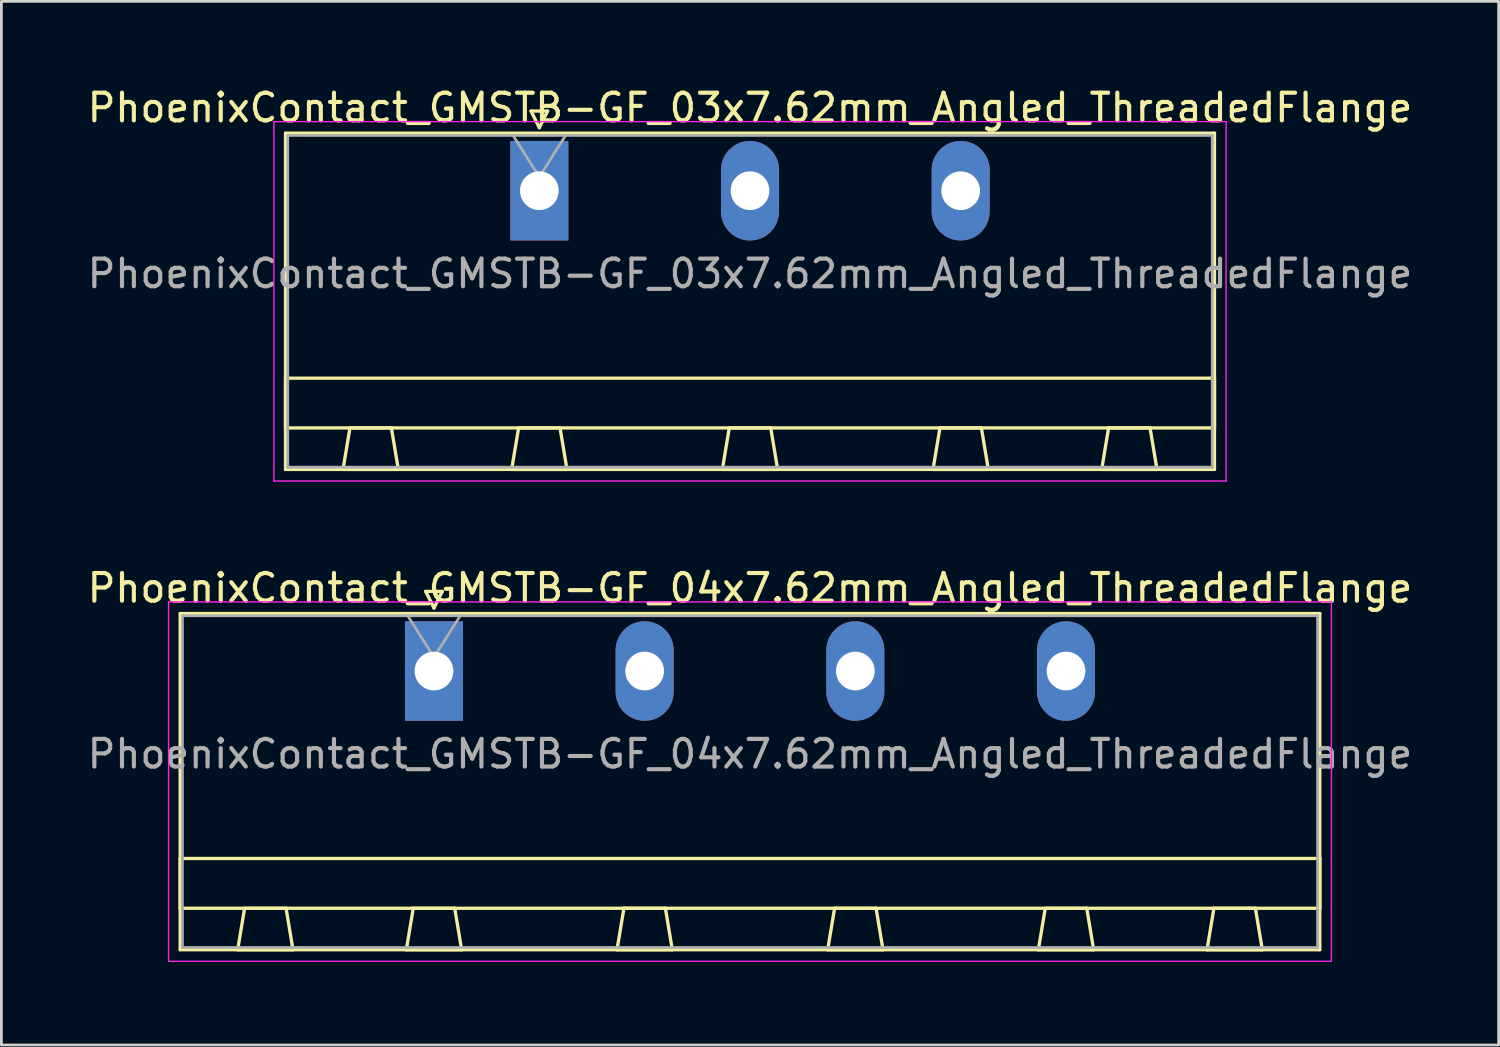
<source format=kicad_pcb>
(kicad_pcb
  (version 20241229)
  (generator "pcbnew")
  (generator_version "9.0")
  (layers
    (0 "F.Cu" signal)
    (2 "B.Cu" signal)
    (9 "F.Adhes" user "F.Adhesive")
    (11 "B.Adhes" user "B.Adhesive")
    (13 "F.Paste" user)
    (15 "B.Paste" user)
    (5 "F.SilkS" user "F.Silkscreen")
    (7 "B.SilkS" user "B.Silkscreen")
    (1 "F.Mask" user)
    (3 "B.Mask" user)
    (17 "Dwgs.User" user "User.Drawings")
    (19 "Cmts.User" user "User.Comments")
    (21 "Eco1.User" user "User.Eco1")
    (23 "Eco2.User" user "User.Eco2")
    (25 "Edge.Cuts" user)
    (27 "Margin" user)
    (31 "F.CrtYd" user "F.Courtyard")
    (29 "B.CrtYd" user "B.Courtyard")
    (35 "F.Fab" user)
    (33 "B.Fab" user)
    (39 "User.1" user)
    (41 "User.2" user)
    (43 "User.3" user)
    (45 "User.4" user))
  (footprint "PhoenixContact_GMSTB-GF_04x7.62mm_Angled_ThreadedFlange"
    (layer "F.Cu")
    (at 12.647 21.221)
    (property "Reference" "PhoenixContact_GMSTB-GF_04x7.62mm_Angled_ThreadedFlange" (at 11.43 -3 0) (layer "F.SilkS") (effects (font (size 1 1) (thickness 0.15))))
    (attr through_hole)
    (fp_line (start -9.18 -2.08) (end -9.18 10.08) (stroke (width 0.12) (type solid)) (layer "F.SilkS"))
    (fp_line (start -9.18 6.78) (end 32.04 6.78) (stroke (width 0.12) (type solid)) (layer "F.SilkS"))
    (fp_line (start -9.18 8.58) (end -9.18 6.78) (stroke (width 0.12) (type solid)) (layer "F.SilkS"))
    (fp_line (start -9.18 10.08) (end 32.04 10.08) (stroke (width 0.12) (type solid)) (layer "F.SilkS"))
    (fp_line (start -7.1 10.08) (end -5.1 10.08) (stroke (width 0.12) (type solid)) (layer "F.SilkS"))
    (fp_line (start -6.85 8.58) (end -7.1 10.08) (stroke (width 0.12) (type solid)) (layer "F.SilkS"))
    (fp_line (start -5.35 8.58) (end -6.85 8.58) (stroke (width 0.12) (type solid)) (layer "F.SilkS"))
    (fp_line (start -5.1 10.08) (end -5.35 8.58) (stroke (width 0.12) (type solid)) (layer "F.SilkS"))
    (fp_line (start -1 10.08) (end 1 10.08) (stroke (width 0.12) (type solid)) (layer "F.SilkS"))
    (fp_line (start -0.75 8.58) (end -1 10.08) (stroke (width 0.12) (type solid)) (layer "F.SilkS"))
    (fp_line (start -0.3 -2.88) (end 0.3 -2.88) (stroke (width 0.12) (type solid)) (layer "F.SilkS"))
    (fp_line (start 0 -2.28) (end -0.3 -2.88) (stroke (width 0.12) (type solid)) (layer "F.SilkS"))
    (fp_line (start 0.3 -2.88) (end 0 -2.28) (stroke (width 0.12) (type solid)) (layer "F.SilkS"))
    (fp_line (start 0.75 8.58) (end -0.75 8.58) (stroke (width 0.12) (type solid)) (layer "F.SilkS"))
    (fp_line (start 1 10.08) (end 0.75 8.58) (stroke (width 0.12) (type solid)) (layer "F.SilkS"))
    (fp_line (start 6.62 10.08) (end 8.62 10.08) (stroke (width 0.12) (type solid)) (layer "F.SilkS"))
    (fp_line (start 6.87 8.58) (end 6.62 10.08) (stroke (width 0.12) (type solid)) (layer "F.SilkS"))
    (fp_line (start 8.37 8.58) (end 6.87 8.58) (stroke (width 0.12) (type solid)) (layer "F.SilkS"))
    (fp_line (start 8.62 10.08) (end 8.37 8.58) (stroke (width 0.12) (type solid)) (layer "F.SilkS"))
    (fp_line (start 14.24 10.08) (end 16.24 10.08) (stroke (width 0.12) (type solid)) (layer "F.SilkS"))
    (fp_line (start 14.49 8.58) (end 14.24 10.08) (stroke (width 0.12) (type solid)) (layer "F.SilkS"))
    (fp_line (start 15.99 8.58) (end 14.49 8.58) (stroke (width 0.12) (type solid)) (layer "F.SilkS"))
    (fp_line (start 16.24 10.08) (end 15.99 8.58) (stroke (width 0.12) (type solid)) (layer "F.SilkS"))
    (fp_line (start 21.86 10.08) (end 23.86 10.08) (stroke (width 0.12) (type solid)) (layer "F.SilkS"))
    (fp_line (start 22.11 8.58) (end 21.86 10.08) (stroke (width 0.12) (type solid)) (layer "F.SilkS"))
    (fp_line (start 23.61 8.58) (end 22.11 8.58) (stroke (width 0.12) (type solid)) (layer "F.SilkS"))
    (fp_line (start 23.86 10.08) (end 23.61 8.58) (stroke (width 0.12) (type solid)) (layer "F.SilkS"))
    (fp_line (start 27.96 10.08) (end 29.96 10.08) (stroke (width 0.12) (type solid)) (layer "F.SilkS"))
    (fp_line (start 28.21 8.58) (end 27.96 10.08) (stroke (width 0.12) (type solid)) (layer "F.SilkS"))
    (fp_line (start 29.71 8.58) (end 28.21 8.58) (stroke (width 0.12) (type solid)) (layer "F.SilkS"))
    (fp_line (start 29.96 10.08) (end 29.71 8.58) (stroke (width 0.12) (type solid)) (layer "F.SilkS"))
    (fp_line (start 32.04 -2.08) (end -9.18 -2.08) (stroke (width 0.12) (type solid)) (layer "F.SilkS"))
    (fp_line (start 32.04 6.78) (end 32.04 8.58) (stroke (width 0.12) (type solid)) (layer "F.SilkS"))
    (fp_line (start 32.04 8.58) (end -9.18 8.58) (stroke (width 0.12) (type solid)) (layer "F.SilkS"))
    (fp_line (start 32.04 10.08) (end 32.04 -2.08) (stroke (width 0.12) (type solid)) (layer "F.SilkS"))
    (fp_line (start -9.6 -2.5) (end -9.6 10.5) (stroke (width 0.05) (type solid)) (layer "F.CrtYd"))
    (fp_line (start -9.6 10.5) (end 32.46 10.5) (stroke (width 0.05) (type solid)) (layer "F.CrtYd"))
    (fp_line (start 32.46 -2.5) (end -9.6 -2.5) (stroke (width 0.05) (type solid)) (layer "F.CrtYd"))
    (fp_line (start 32.46 10.5) (end 32.46 -2.5) (stroke (width 0.05) (type solid)) (layer "F.CrtYd"))
    (fp_line (start -9.1 -2) (end -9.1 10) (stroke (width 0.1) (type solid)) (layer "F.Fab"))
    (fp_line (start -9.1 10) (end 31.96 10) (stroke (width 0.1) (type solid)) (layer "F.Fab"))
    (fp_line (start 0 -0.5) (end -0.95 -2) (stroke (width 0.1) (type solid)) (layer "F.Fab"))
    (fp_line (start 0.95 -2) (end 0 -0.5) (stroke (width 0.1) (type solid)) (layer "F.Fab"))
    (fp_line (start 31.96 -2) (end -9.1 -2) (stroke (width 0.1) (type solid)) (layer "F.Fab"))
    (fp_line (start 31.96 10) (end 31.96 -2) (stroke (width 0.1) (type solid)) (layer "F.Fab"))
    (fp_text user "${REFERENCE}" (at 11.43 3 0) (layer "F.Fab") (effects (font (size 1 1) (thickness 0.15))))
    (pad "1" thru_hole rect (at 0 0) (size 2.1 3.6) (drill 1.4) (layers "*.Cu" "*.Mask"))
    (pad "2" thru_hole oval (at 7.62 0) (size 2.1 3.6) (drill 1.4) (layers "*.Cu" "*.Mask"))
    (pad "3" thru_hole oval (at 15.24 0) (size 2.1 3.6) (drill 1.4) (layers "*.Cu" "*.Mask"))
    (pad "4" thru_hole oval (at 22.86 0) (size 2.1 3.6) (drill 1.4) (layers "*.Cu" "*.Mask")))
  (footprint "PhoenixContact_GMSTB-GF_03x7.62mm_Angled_ThreadedFlange"
    (layer "F.Cu")
    (at 16.457 3.848)
    (property "Reference" "PhoenixContact_GMSTB-GF_03x7.62mm_Angled_ThreadedFlange" (at 7.62 -3 0) (layer "F.SilkS") (effects (font (size 1 1) (thickness 0.15))))
    (attr through_hole)
    (fp_line (start -9.18 -2.08) (end -9.18 10.08) (stroke (width 0.12) (type solid)) (layer "F.SilkS"))
    (fp_line (start -9.18 6.78) (end 24.42 6.78) (stroke (width 0.12) (type solid)) (layer "F.SilkS"))
    (fp_line (start -9.18 8.58) (end -9.18 6.78) (stroke (width 0.12) (type solid)) (layer "F.SilkS"))
    (fp_line (start -9.18 10.08) (end 24.42 10.08) (stroke (width 0.12) (type solid)) (layer "F.SilkS"))
    (fp_line (start -7.1 10.08) (end -5.1 10.08) (stroke (width 0.12) (type solid)) (layer "F.SilkS"))
    (fp_line (start -6.85 8.58) (end -7.1 10.08) (stroke (width 0.12) (type solid)) (layer "F.SilkS"))
    (fp_line (start -5.35 8.58) (end -6.85 8.58) (stroke (width 0.12) (type solid)) (layer "F.SilkS"))
    (fp_line (start -5.1 10.08) (end -5.35 8.58) (stroke (width 0.12) (type solid)) (layer "F.SilkS"))
    (fp_line (start -1 10.08) (end 1 10.08) (stroke (width 0.12) (type solid)) (layer "F.SilkS"))
    (fp_line (start -0.75 8.58) (end -1 10.08) (stroke (width 0.12) (type solid)) (layer "F.SilkS"))
    (fp_line (start -0.3 -2.88) (end 0.3 -2.88) (stroke (width 0.12) (type solid)) (layer "F.SilkS"))
    (fp_line (start 0 -2.28) (end -0.3 -2.88) (stroke (width 0.12) (type solid)) (layer "F.SilkS"))
    (fp_line (start 0.3 -2.88) (end 0 -2.28) (stroke (width 0.12) (type solid)) (layer "F.SilkS"))
    (fp_line (start 0.75 8.58) (end -0.75 8.58) (stroke (width 0.12) (type solid)) (layer "F.SilkS"))
    (fp_line (start 1 10.08) (end 0.75 8.58) (stroke (width 0.12) (type solid)) (layer "F.SilkS"))
    (fp_line (start 6.62 10.08) (end 8.62 10.08) (stroke (width 0.12) (type solid)) (layer "F.SilkS"))
    (fp_line (start 6.87 8.58) (end 6.62 10.08) (stroke (width 0.12) (type solid)) (layer "F.SilkS"))
    (fp_line (start 8.37 8.58) (end 6.87 8.58) (stroke (width 0.12) (type solid)) (layer "F.SilkS"))
    (fp_line (start 8.62 10.08) (end 8.37 8.58) (stroke (width 0.12) (type solid)) (layer "F.SilkS"))
    (fp_line (start 14.24 10.08) (end 16.24 10.08) (stroke (width 0.12) (type solid)) (layer "F.SilkS"))
    (fp_line (start 14.49 8.58) (end 14.24 10.08) (stroke (width 0.12) (type solid)) (layer "F.SilkS"))
    (fp_line (start 15.99 8.58) (end 14.49 8.58) (stroke (width 0.12) (type solid)) (layer "F.SilkS"))
    (fp_line (start 16.24 10.08) (end 15.99 8.58) (stroke (width 0.12) (type solid)) (layer "F.SilkS"))
    (fp_line (start 20.34 10.08) (end 22.34 10.08) (stroke (width 0.12) (type solid)) (layer "F.SilkS"))
    (fp_line (start 20.59 8.58) (end 20.34 10.08) (stroke (width 0.12) (type solid)) (layer "F.SilkS"))
    (fp_line (start 22.09 8.58) (end 20.59 8.58) (stroke (width 0.12) (type solid)) (layer "F.SilkS"))
    (fp_line (start 22.34 10.08) (end 22.09 8.58) (stroke (width 0.12) (type solid)) (layer "F.SilkS"))
    (fp_line (start 24.42 -2.08) (end -9.18 -2.08) (stroke (width 0.12) (type solid)) (layer "F.SilkS"))
    (fp_line (start 24.42 6.78) (end 24.42 8.58) (stroke (width 0.12) (type solid)) (layer "F.SilkS"))
    (fp_line (start 24.42 8.58) (end -9.18 8.58) (stroke (width 0.12) (type solid)) (layer "F.SilkS"))
    (fp_line (start 24.42 10.08) (end 24.42 -2.08) (stroke (width 0.12) (type solid)) (layer "F.SilkS"))
    (fp_line (start -9.6 -2.5) (end -9.6 10.5) (stroke (width 0.05) (type solid)) (layer "F.CrtYd"))
    (fp_line (start -9.6 10.5) (end 24.84 10.5) (stroke (width 0.05) (type solid)) (layer "F.CrtYd"))
    (fp_line (start 24.84 -2.5) (end -9.6 -2.5) (stroke (width 0.05) (type solid)) (layer "F.CrtYd"))
    (fp_line (start 24.84 10.5) (end 24.84 -2.5) (stroke (width 0.05) (type solid)) (layer "F.CrtYd"))
    (fp_line (start -9.1 -2) (end -9.1 10) (stroke (width 0.1) (type solid)) (layer "F.Fab"))
    (fp_line (start -9.1 10) (end 24.34 10) (stroke (width 0.1) (type solid)) (layer "F.Fab"))
    (fp_line (start 0 -0.5) (end -0.95 -2) (stroke (width 0.1) (type solid)) (layer "F.Fab"))
    (fp_line (start 0.95 -2) (end 0 -0.5) (stroke (width 0.1) (type solid)) (layer "F.Fab"))
    (fp_line (start 24.34 -2) (end -9.1 -2) (stroke (width 0.1) (type solid)) (layer "F.Fab"))
    (fp_line (start 24.34 10) (end 24.34 -2) (stroke (width 0.1) (type solid)) (layer "F.Fab"))
    (fp_text user "${REFERENCE}" (at 7.62 3 0) (layer "F.Fab") (effects (font (size 1 1) (thickness 0.15))))
    (pad "1" thru_hole rect (at 0 0) (size 2.1 3.6) (drill 1.4) (layers "*.Cu" "*.Mask"))
    (pad "2" thru_hole oval (at 7.62 0) (size 2.1 3.6) (drill 1.4) (layers "*.Cu" "*.Mask"))
    (pad "3" thru_hole oval (at 15.24 0) (size 2.1 3.6) (drill 1.4) (layers "*.Cu" "*.Mask")))
  (gr_rect
    (start -3 -3)
    (end 51.155 34.746)
    (stroke (width 0.1) (type default))
    (fill no)
    (layer "Edge.Cuts")))
</source>
